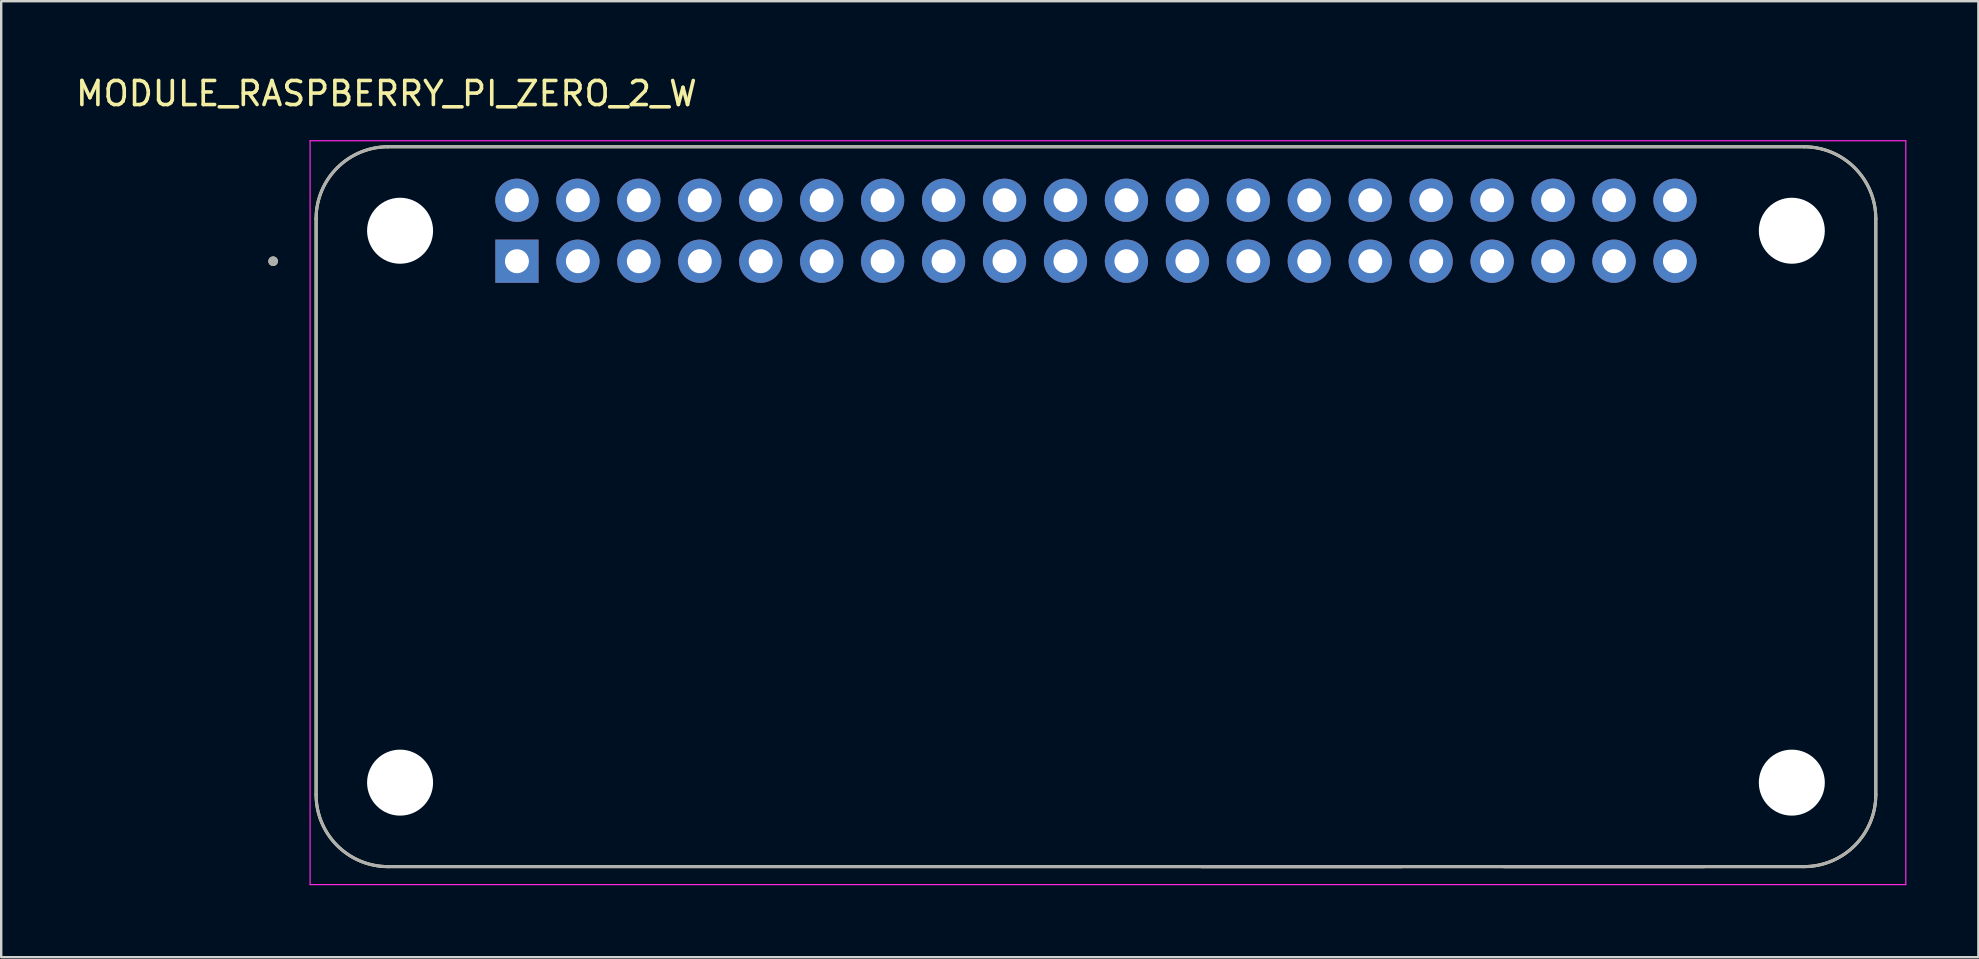
<source format=kicad_pcb>
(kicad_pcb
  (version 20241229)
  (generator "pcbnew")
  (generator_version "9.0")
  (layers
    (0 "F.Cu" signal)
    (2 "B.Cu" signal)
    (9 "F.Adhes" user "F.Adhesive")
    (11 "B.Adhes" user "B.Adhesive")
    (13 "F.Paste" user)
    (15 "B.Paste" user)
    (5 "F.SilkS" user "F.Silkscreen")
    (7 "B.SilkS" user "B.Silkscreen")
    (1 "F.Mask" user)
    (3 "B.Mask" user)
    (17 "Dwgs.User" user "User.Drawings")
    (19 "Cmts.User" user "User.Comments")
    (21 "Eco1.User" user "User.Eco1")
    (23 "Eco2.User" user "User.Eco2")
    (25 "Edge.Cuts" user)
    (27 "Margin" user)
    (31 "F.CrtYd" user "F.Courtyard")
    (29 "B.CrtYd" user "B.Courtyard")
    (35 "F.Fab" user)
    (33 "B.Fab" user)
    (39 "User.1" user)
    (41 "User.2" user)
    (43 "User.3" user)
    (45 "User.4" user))
  (footprint "MODULE_RASPBERRY_PI_ZERO_2_W"
    (layer "F.Cu")
    (at 42.623 18.066)
    (property "Reference" "MODULE_RASPBERRY_PI_ZERO_2_W" (at -29.569 -17.216 0) (layer "F.SilkS") (effects (font (size 1.002 1.002) (thickness 0.15))))
    (attr through_hole)
    (fp_line (start -32.5 -12) (end -32.5 12) (stroke (width 0.127) (type solid)) (layer "F.SilkS"))
    (fp_line (start -29.5 15) (end 29.5 15) (stroke (width 0.127) (type solid)) (layer "F.SilkS"))
    (fp_line (start 4.4 15) (end 12.75 15) (stroke (width 0.127) (type solid)) (layer "F.SilkS"))
    (fp_line (start 17 15) (end 25.35 15) (stroke (width 0.127) (type solid)) (layer "F.SilkS"))
    (fp_line (start 29.5 -15) (end -29.5 -15) (stroke (width 0.127) (type solid)) (layer "F.SilkS"))
    (fp_line (start 32.5 12) (end 32.5 -12) (stroke (width 0.127) (type solid)) (layer "F.SilkS"))
    (fp_arc (start -32.5 -12) (mid -31.62132 -14.12132) (end -29.5 -15) (stroke (width 0.127) (type solid)) (layer "F.SilkS"))
    (fp_arc (start -29.5 15) (mid -31.62132 14.12132) (end -32.5 12) (stroke (width 0.127) (type solid)) (layer "F.SilkS"))
    (fp_arc (start 29.5 -15) (mid 31.62132 -14.12132) (end 32.5 -12) (stroke (width 0.127) (type solid)) (layer "F.SilkS"))
    (fp_arc (start 32.5 12) (mid 31.62132 14.12132) (end 29.5 15) (stroke (width 0.127) (type solid)) (layer "F.SilkS"))
    (fp_circle (center -34.29 -10.23) (end -34.19 -10.23) (stroke (width 0.2) (type solid)) (fill no) (layer "F.SilkS"))
    (fp_line (start -32.75 -15.25) (end 33.75 -15.25) (stroke (width 0.05) (type solid)) (layer "F.CrtYd"))
    (fp_line (start -32.75 15.75) (end -32.75 -15.25) (stroke (width 0.05) (type solid)) (layer "F.CrtYd"))
    (fp_line (start 33.75 -15.25) (end 33.75 15.75) (stroke (width 0.05) (type solid)) (layer "F.CrtYd"))
    (fp_line (start 33.75 15.75) (end -32.75 15.75) (stroke (width 0.05) (type solid)) (layer "F.CrtYd"))
    (fp_line (start -32.5 -12) (end -32.5 12) (stroke (width 0.127) (type solid)) (layer "F.Fab"))
    (fp_line (start -29.5 15) (end 29.5 15) (stroke (width 0.127) (type solid)) (layer "F.Fab"))
    (fp_line (start 4.4 15) (end 12.75 15) (stroke (width 0.127) (type solid)) (layer "F.Fab"))
    (fp_line (start 17 15) (end 25.35 15) (stroke (width 0.127) (type solid)) (layer "F.Fab"))
    (fp_line (start 29.5 -15) (end -29.5 -15) (stroke (width 0.127) (type solid)) (layer "F.Fab"))
    (fp_line (start 32.5 12) (end 32.5 -12) (stroke (width 0.127) (type solid)) (layer "F.Fab"))
    (fp_arc (start -32.5 -12) (mid -31.62132 -14.12132) (end -29.5 -15) (stroke (width 0.127) (type solid)) (layer "F.Fab"))
    (fp_arc (start -29.5 15) (mid -31.62132 14.12132) (end -32.5 12) (stroke (width 0.127) (type solid)) (layer "F.Fab"))
    (fp_arc (start 29.5 -15) (mid 31.62132 -14.12132) (end 32.5 -12) (stroke (width 0.127) (type solid)) (layer "F.Fab"))
    (fp_arc (start 32.5 12) (mid 31.62132 14.12132) (end 29.5 15) (stroke (width 0.127) (type solid)) (layer "F.Fab"))
    (fp_circle (center -34.29 -10.23) (end -34.19 -10.23) (stroke (width 0.2) (type solid)) (fill no) (layer "F.Fab"))
    (pad "" np_thru_hole circle (at -29 -11.5) (size 2.75 2.75) (drill 2.75) (layers "*.Cu" "*.Mask"))
    (pad "" np_thru_hole circle (at -29 11.5) (size 2.75 2.75) (drill 2.75) (layers "*.Cu" "*.Mask"))
    (pad "" np_thru_hole circle (at 29 -11.5) (size 2.75 2.75) (drill 2.75) (layers "*.Cu" "*.Mask"))
    (pad "" np_thru_hole circle (at 29 11.5) (size 2.75 2.75) (drill 2.75) (layers "*.Cu" "*.Mask"))
    (pad "1" thru_hole rect (at -24.13 -10.23) (size 1.8 1.8) (drill 1) (layers "*.Cu" "*.Mask"))
    (pad "2" thru_hole circle (at -24.13 -12.77) (size 1.8 1.8) (drill 1) (layers "*.Cu" "*.Mask"))
    (pad "3" thru_hole circle (at -21.59 -10.23) (size 1.8 1.8) (drill 1) (layers "*.Cu" "*.Mask"))
    (pad "4" thru_hole circle (at -21.59 -12.77) (size 1.8 1.8) (drill 1) (layers "*.Cu" "*.Mask"))
    (pad "5" thru_hole circle (at -19.05 -10.23) (size 1.8 1.8) (drill 1) (layers "*.Cu" "*.Mask"))
    (pad "6" thru_hole circle (at -19.05 -12.77) (size 1.8 1.8) (drill 1) (layers "*.Cu" "*.Mask"))
    (pad "7" thru_hole circle (at -16.51 -10.23) (size 1.8 1.8) (drill 1) (layers "*.Cu" "*.Mask"))
    (pad "8" thru_hole circle (at -16.51 -12.77) (size 1.8 1.8) (drill 1) (layers "*.Cu" "*.Mask"))
    (pad "9" thru_hole circle (at -13.97 -10.23) (size 1.8 1.8) (drill 1) (layers "*.Cu" "*.Mask"))
    (pad "10" thru_hole circle (at -13.97 -12.77) (size 1.8 1.8) (drill 1) (layers "*.Cu" "*.Mask"))
    (pad "11" thru_hole circle (at -11.43 -10.23) (size 1.8 1.8) (drill 1) (layers "*.Cu" "*.Mask"))
    (pad "12" thru_hole circle (at -11.43 -12.77) (size 1.8 1.8) (drill 1) (layers "*.Cu" "*.Mask"))
    (pad "13" thru_hole circle (at -8.89 -10.23) (size 1.8 1.8) (drill 1) (layers "*.Cu" "*.Mask"))
    (pad "14" thru_hole circle (at -8.89 -12.77) (size 1.8 1.8) (drill 1) (layers "*.Cu" "*.Mask"))
    (pad "15" thru_hole circle (at -6.35 -10.23) (size 1.8 1.8) (drill 1) (layers "*.Cu" "*.Mask"))
    (pad "16" thru_hole circle (at -6.35 -12.77) (size 1.8 1.8) (drill 1) (layers "*.Cu" "*.Mask"))
    (pad "17" thru_hole circle (at -3.81 -10.23) (size 1.8 1.8) (drill 1) (layers "*.Cu" "*.Mask"))
    (pad "18" thru_hole circle (at -3.81 -12.77) (size 1.8 1.8) (drill 1) (layers "*.Cu" "*.Mask"))
    (pad "19" thru_hole circle (at -1.27 -10.23) (size 1.8 1.8) (drill 1) (layers "*.Cu" "*.Mask"))
    (pad "20" thru_hole circle (at -1.27 -12.77) (size 1.8 1.8) (drill 1) (layers "*.Cu" "*.Mask"))
    (pad "21" thru_hole circle (at 1.27 -10.23) (size 1.8 1.8) (drill 1) (layers "*.Cu" "*.Mask"))
    (pad "22" thru_hole circle (at 1.27 -12.77) (size 1.8 1.8) (drill 1) (layers "*.Cu" "*.Mask"))
    (pad "23" thru_hole circle (at 3.81 -10.23) (size 1.8 1.8) (drill 1) (layers "*.Cu" "*.Mask"))
    (pad "24" thru_hole circle (at 3.81 -12.77) (size 1.8 1.8) (drill 1) (layers "*.Cu" "*.Mask"))
    (pad "25" thru_hole circle (at 6.35 -10.23) (size 1.8 1.8) (drill 1) (layers "*.Cu" "*.Mask"))
    (pad "26" thru_hole circle (at 6.35 -12.77) (size 1.8 1.8) (drill 1) (layers "*.Cu" "*.Mask"))
    (pad "27" thru_hole circle (at 8.89 -10.23) (size 1.8 1.8) (drill 1) (layers "*.Cu" "*.Mask"))
    (pad "28" thru_hole circle (at 8.89 -12.77) (size 1.8 1.8) (drill 1) (layers "*.Cu" "*.Mask"))
    (pad "29" thru_hole circle (at 11.43 -10.23) (size 1.8 1.8) (drill 1) (layers "*.Cu" "*.Mask"))
    (pad "30" thru_hole circle (at 11.43 -12.77) (size 1.8 1.8) (drill 1) (layers "*.Cu" "*.Mask"))
    (pad "31" thru_hole circle (at 13.97 -10.23) (size 1.8 1.8) (drill 1) (layers "*.Cu" "*.Mask"))
    (pad "32" thru_hole circle (at 13.97 -12.77) (size 1.8 1.8) (drill 1) (layers "*.Cu" "*.Mask"))
    (pad "33" thru_hole circle (at 16.51 -10.23) (size 1.8 1.8) (drill 1) (layers "*.Cu" "*.Mask"))
    (pad "34" thru_hole circle (at 16.51 -12.77) (size 1.8 1.8) (drill 1) (layers "*.Cu" "*.Mask"))
    (pad "35" thru_hole circle (at 19.05 -10.23) (size 1.8 1.8) (drill 1) (layers "*.Cu" "*.Mask"))
    (pad "36" thru_hole circle (at 19.05 -12.77) (size 1.8 1.8) (drill 1) (layers "*.Cu" "*.Mask"))
    (pad "37" thru_hole circle (at 21.59 -10.23) (size 1.8 1.8) (drill 1) (layers "*.Cu" "*.Mask"))
    (pad "38" thru_hole circle (at 21.59 -12.77) (size 1.8 1.8) (drill 1) (layers "*.Cu" "*.Mask"))
    (pad "39" thru_hole circle (at 24.13 -10.23) (size 1.8 1.8) (drill 1) (layers "*.Cu" "*.Mask"))
    (pad "40" thru_hole circle (at 24.13 -12.77) (size 1.8 1.8) (drill 1) (layers "*.Cu" "*.Mask")))
  (gr_rect
    (start -3 -3)
    (end 79.398 36.841)
    (stroke (width 0.1) (type default))
    (fill no)
    (layer "Edge.Cuts")))
</source>
